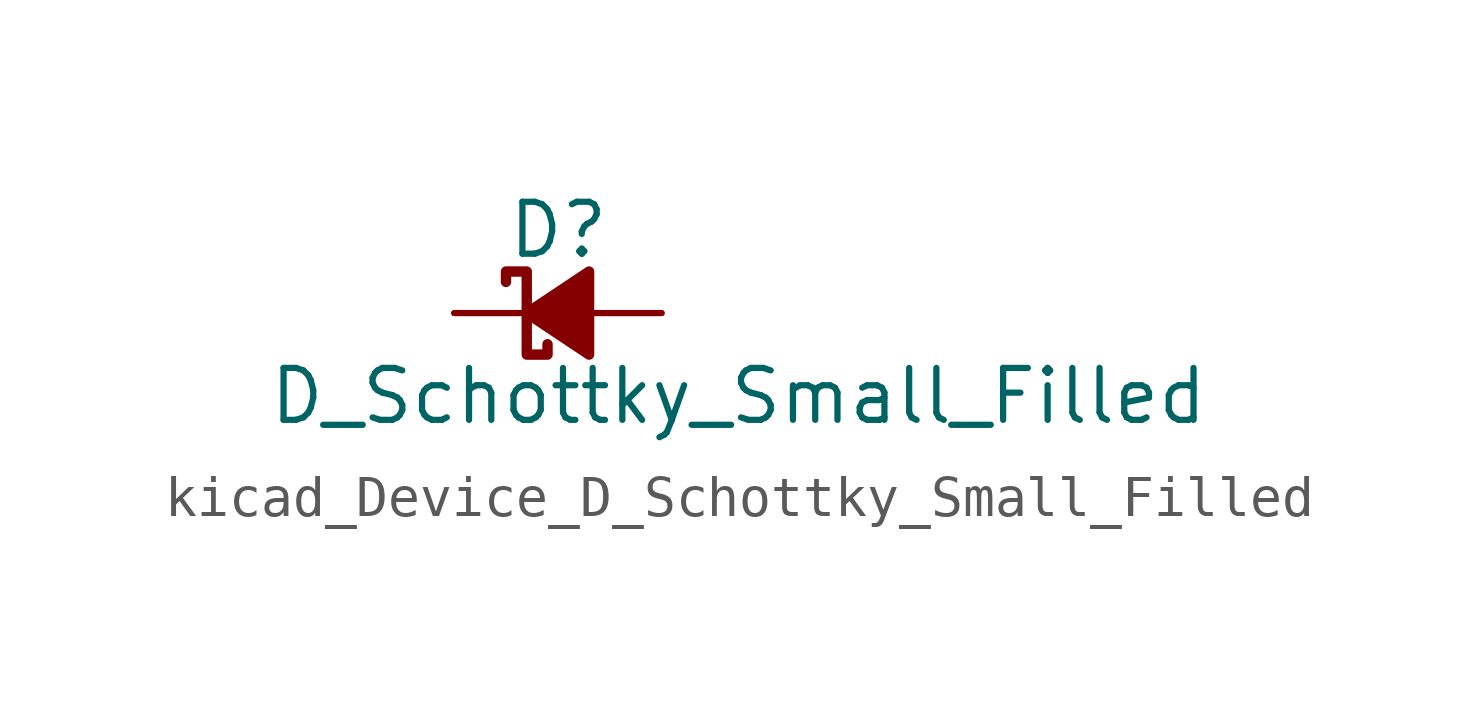
<source format=kicad_sym>
(kicad_symbol_lib
  (version 20220914)
  (generator kicad_symbol_editor)
  (symbol "kicad_Device_D_Schottky_Small_Filled"
    (pin_numbers hide)
    (pin_names
      (offset 0.254) hide)
    (property "Reference" "D"
      (at -1.27 2.032 0)
      (effects (font (size 1.27 1.27)) (justify left)))
    (property "Value" "D_Schottky_Small_Filled"
      (at -7.112 -2.032 0)
      (effects (font (size 1.27 1.27)) (justify left)))
    (symbol "kicad_Device_D_Schottky_Small_Filled_0_1"
      (polyline (pts (xy -0.762 0) (xy 0.762 0)) (stroke (width 0) (type default)) (fill (type none)))
      (polyline (pts (xy 0.762 -1.016) (xy -0.762 0) (xy 0.762 1.016) (xy 0.762 -1.016)) (stroke (width 0.254) (type default)) (fill (type outline)))
      (polyline (pts (xy -1.27 0.762) (xy -1.27 1.016) (xy -0.762 1.016) (xy -0.762 -1.016) (xy -0.254 -1.016) (xy -0.254 -0.762)) (stroke (width 0.254) (type default)) (fill (type none))))
    (symbol "kicad_Device_D_Schottky_Small_Filled_1_1"
      (pin passive line (at -2.54 0 0) (length 1.778) (name "K" (effects (font (size 1.27 1.27)))) (number "1" (effects (font (size 1.27 1.27)))))
      (pin passive line (at 2.54 0 180) (length 1.778) (name "A" (effects (font (size 1.27 1.27)))) (number "2" (effects (font (size 1.27 1.27))))))))
</source>
